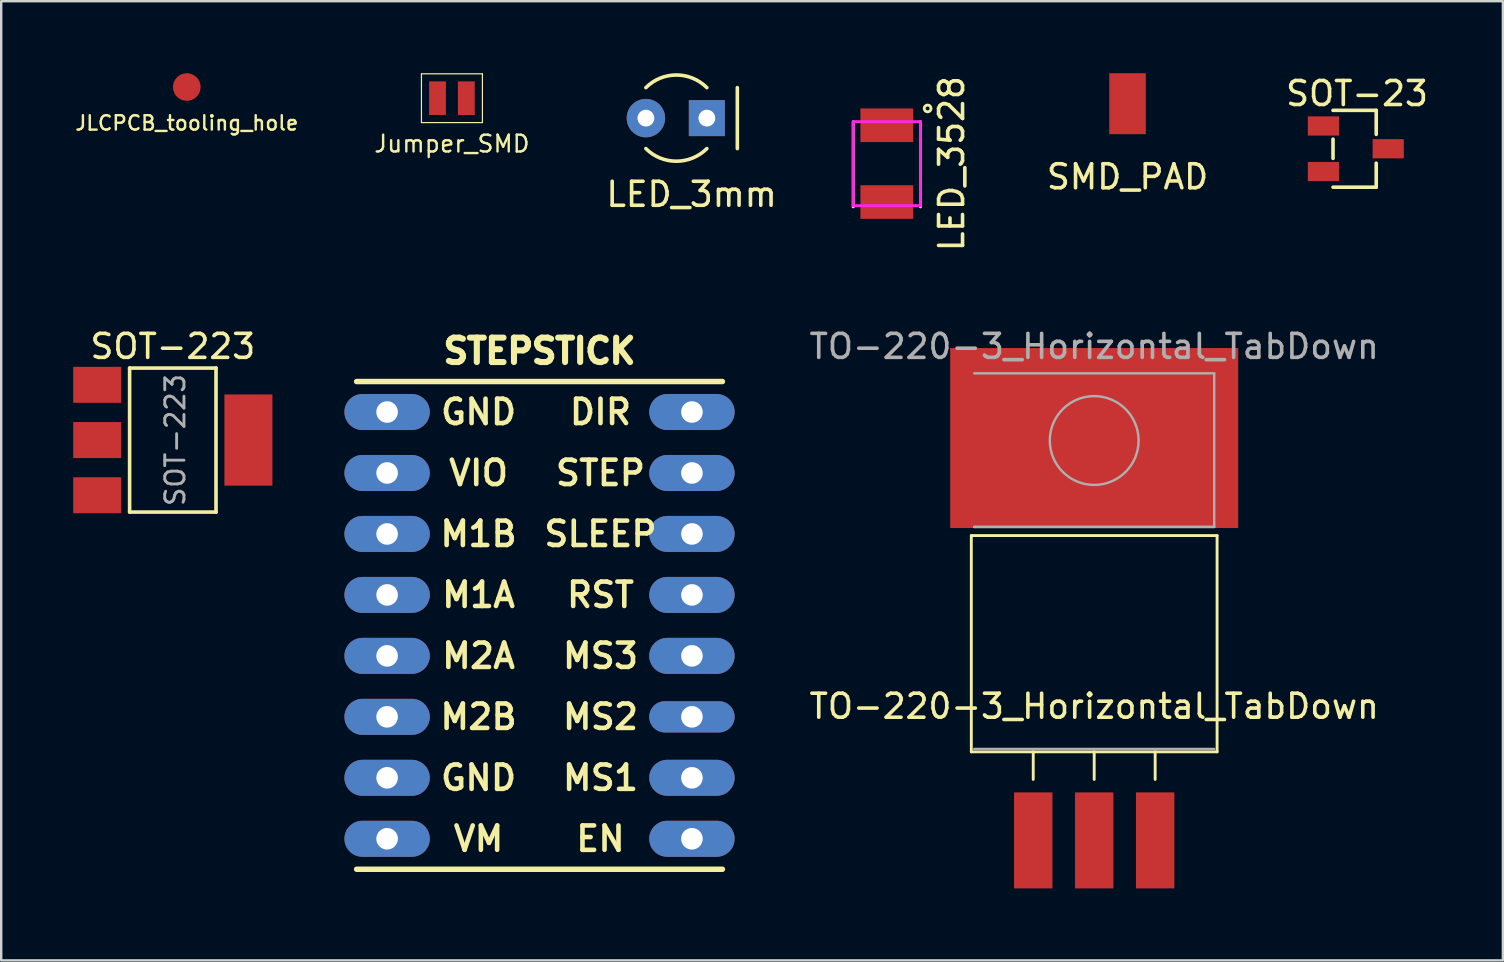
<source format=kicad_pcb>
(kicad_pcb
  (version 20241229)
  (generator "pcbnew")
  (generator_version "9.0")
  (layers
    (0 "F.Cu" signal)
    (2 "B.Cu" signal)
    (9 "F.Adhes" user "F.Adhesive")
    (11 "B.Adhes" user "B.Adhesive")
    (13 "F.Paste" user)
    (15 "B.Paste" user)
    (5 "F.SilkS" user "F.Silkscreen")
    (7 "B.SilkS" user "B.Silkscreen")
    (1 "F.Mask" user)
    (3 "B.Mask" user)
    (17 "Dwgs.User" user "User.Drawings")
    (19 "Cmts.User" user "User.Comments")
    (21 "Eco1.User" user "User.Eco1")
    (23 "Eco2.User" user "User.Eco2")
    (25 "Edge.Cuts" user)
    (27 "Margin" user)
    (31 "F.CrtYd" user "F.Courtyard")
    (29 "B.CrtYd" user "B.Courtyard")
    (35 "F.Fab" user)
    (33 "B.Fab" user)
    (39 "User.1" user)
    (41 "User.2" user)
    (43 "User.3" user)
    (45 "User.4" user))
  (footprint "SOT-223"
    (layer "F.Cu")
    (at 4.15 15.284)
    (property "Reference" "SOT-223" (at 0 -3.9 0) (layer "F.SilkS") (effects (font (size 1 1) (thickness 0.15))))
    (attr smd)
    (fp_line (start -1.8 -3) (end 1.8 -3) (stroke (width 0.15) (type solid)) (layer "F.SilkS"))
    (fp_line (start -1.8 3) (end -1.8 -3) (stroke (width 0.15) (type solid)) (layer "F.SilkS"))
    (fp_line (start 1.8 -3) (end 1.8 3) (stroke (width 0.15) (type solid)) (layer "F.SilkS"))
    (fp_line (start 1.8 3) (end -1.8 3) (stroke (width 0.15) (type solid)) (layer "F.SilkS"))
    (fp_text user "${REFERENCE}" (at 0.1 0 270) (layer "F.Fab") (effects (font (size 0.8 0.8) (thickness 0.12))))
    (pad "1" smd rect (at -3.15 -2.3) (size 2 1.5) (layers "F.Cu" "F.Mask" "F.Paste"))
    (pad "2" smd rect (at -3.15 0) (size 2 1.5) (layers "F.Cu" "F.Mask" "F.Paste"))
    (pad "3" smd rect (at -3.15 2.3) (size 2 1.5) (layers "F.Cu" "F.Mask" "F.Paste"))
    (pad "4" smd rect (at 3.15 0) (size 2 3.8) (layers "F.Cu" "F.Mask" "F.Paste")))
  (footprint "TO-220-3_Horizontal_TabDown"
    (layer "F.Cu")
    (at 39.998 31.964)
    (property "Reference" "TO-220-3_Horizontal_TabDown" (at 2.54 -5.588 0) (layer "F.SilkS") (effects (font (size 1 1) (thickness 0.15))))
    (attr through_hole)
    (fp_line (start -2.58 -12.7) (end -2.58 -3.69) (stroke (width 0.12) (type solid)) (layer "F.SilkS"))
    (fp_line (start -2.58 -12.7) (end 7.66 -12.7) (stroke (width 0.12) (type solid)) (layer "F.SilkS"))
    (fp_line (start -2.58 -3.69) (end 7.66 -3.69) (stroke (width 0.12) (type solid)) (layer "F.SilkS"))
    (fp_line (start 0 -3.69) (end 0 -2.54) (stroke (width 0.12) (type solid)) (layer "F.SilkS"))
    (fp_line (start 2.54 -3.69) (end 2.54 -2.54) (stroke (width 0.12) (type solid)) (layer "F.SilkS"))
    (fp_line (start 5.08 -3.69) (end 5.08 -2.54) (stroke (width 0.12) (type solid)) (layer "F.SilkS"))
    (fp_line (start 7.66 -12.7) (end 7.66 -3.69) (stroke (width 0.12) (type solid)) (layer "F.SilkS"))
    (fp_line (start -2.46 -19.46) (end 7.54 -19.46) (stroke (width 0.1) (type solid)) (layer "F.Fab"))
    (fp_line (start -2.46 -13.06) (end 7.54 -13.06) (stroke (width 0.1) (type solid)) (layer "F.Fab"))
    (fp_line (start 7.54 -19.46) (end 7.54 -13.06) (stroke (width 0.1) (type solid)) (layer "F.Fab"))
    (fp_line (start 7.54 -13.06) (end -2.46 -13.06) (stroke (width 0.1) (type solid)) (layer "F.Fab"))
    (fp_line (start 7.54 -3.81) (end -2.46 -3.81) (stroke (width 0.1) (type solid)) (layer "F.Fab"))
    (fp_circle (center 2.54 -16.66) (end 4.39 -16.66) (stroke (width 0.1) (type solid)) (fill no) (layer "F.Fab"))
    (fp_text user "${REFERENCE}" (at 2.54 -20.58 0) (layer "F.Fab") (effects (font (size 1 1) (thickness 0.15))))
    (pad "1" smd rect (at 0 0) (size 1.6 4) (layers "F.Cu" "F.Mask" "F.Paste"))
    (pad "2" smd rect (at 2.54 -16.764) (size 12 7.5) (layers "F.Cu" "F.Mask" "F.Paste"))
    (pad "2" smd rect (at 2.54 0) (size 1.6 4) (layers "F.Cu" "F.Mask" "F.Paste"))
    (pad "3" smd rect (at 5.08 0) (size 1.6 4) (layers "F.Cu" "F.Mask" "F.Paste")))
  (footprint "LED_3528"
    (layer "F.Cu")
    (at 33.898 3.768)
    (property "Reference" "LED_3528" (at 2.7 0 90) (unlocked yes) (layer "F.SilkS") (effects (font (size 1 1) (thickness 0.15))))
    (attr smd)
    (fp_line (start -1.4 -1.75) (end -1.4 1.8) (stroke (width 0.12) (type solid)) (layer "F.SilkS"))
    (fp_line (start 1.4 -1.75) (end 1.4 1.8) (stroke (width 0.12) (type solid)) (layer "F.SilkS"))
    (fp_circle (center 1.7 -2.3) (end 1.8 -2.2) (stroke (width 0.12) (type solid)) (fill no) (layer "F.SilkS"))
    (fp_rect (start -1.4 -1.75) (end 1.4 1.75) (stroke (width 0.12) (type solid)) (fill no) (layer "F.CrtYd"))
    (pad "1" smd rect (at 0 -1.6) (size 2.2 1.4) (layers "F.Cu" "F.Mask" "F.Paste"))
    (pad "2" smd rect (at 0 1.6) (size 2.2 1.4) (layers "F.Cu" "F.Mask" "F.Paste")))
  (footprint "STEPSTICK"
    (layer "F.Cu")
    (at 19.428 23.006)
    (property "Reference" "STEPSTICK" (at 0 -11.43 0) (layer "F.SilkS") (effects (font (size 1.016 1.016) (thickness 0.254))))
    (attr through_hole)
    (fp_line (start -7.62 10.16) (end 7.62 10.16) (stroke (width 0.229) (type solid)) (layer "F.SilkS"))
    (fp_line (start 7.62 -10.16) (end -7.62 -10.16) (stroke (width 0.229) (type solid)) (layer "F.SilkS"))
    (fp_text user "M1B" (at -2.54 -3.81 0) (layer "F.SilkS") (effects (font (size 1.016 1.016) (thickness 0.191))))
    (fp_text user "M2A" (at -2.54 1.27 0) (layer "F.SilkS") (effects (font (size 1.016 1.016) (thickness 0.191))))
    (fp_text user "STEP" (at 2.54 -6.35 0) (layer "F.SilkS") (effects (font (size 1.016 1.016) (thickness 0.191))))
    (fp_text user "GND" (at -2.54 -8.89 0) (layer "F.SilkS") (effects (font (size 1.016 1.016) (thickness 0.191))))
    (fp_text user "M2B" (at -2.54 3.81 0) (layer "F.SilkS") (effects (font (size 1.016 1.016) (thickness 0.191))))
    (fp_text user "SLEEP" (at 2.54 -3.81 0) (layer "F.SilkS") (effects (font (size 1.016 1.016) (thickness 0.191))))
    (fp_text user "DIR" (at 2.54 -8.89 0) (layer "F.SilkS") (effects (font (size 1.016 1.016) (thickness 0.191))))
    (fp_text user "M1A" (at -2.54 -1.27 0) (layer "F.SilkS") (effects (font (size 1.016 1.016) (thickness 0.191))))
    (fp_text user "GND" (at -2.54 6.35 0) (layer "F.SilkS") (effects (font (size 1.016 1.016) (thickness 0.191))))
    (fp_text user "RST" (at 2.54 -1.27 0) (layer "F.SilkS") (effects (font (size 1.016 1.016) (thickness 0.191))))
    (fp_text user "MS3" (at 2.54 1.27 0) (layer "F.SilkS") (effects (font (size 1.016 1.016) (thickness 0.191))))
    (fp_text user "MS2" (at 2.54 3.81 0) (layer "F.SilkS") (effects (font (size 1.016 1.016) (thickness 0.191))))
    (fp_text user "VIO" (at -2.54 -6.35 0) (layer "F.SilkS") (effects (font (size 1.016 1.016) (thickness 0.191))))
    (fp_text user "EN" (at 2.54 8.89 0) (layer "F.SilkS") (effects (font (size 1.016 1.016) (thickness 0.191))))
    (fp_text user "VM" (at -2.54 8.89 0) (layer "F.SilkS") (effects (font (size 1.016 1.016) (thickness 0.191))))
    (fp_text user "MS1" (at 2.54 6.35 0) (layer "F.SilkS") (effects (font (size 1.016 1.016) (thickness 0.191))))
    (pad "1" thru_hole oval (at 6.35 -8.89) (size 3.556 1.5) (drill 0.9) (layers "*.Cu" "*.Mask"))
    (pad "2" thru_hole oval (at 6.35 -6.35) (size 3.556 1.5) (drill 0.9) (layers "*.Cu" "*.Mask"))
    (pad "3" thru_hole oval (at 6.35 -3.81) (size 3.556 1.5) (drill 0.9) (layers "*.Cu" "*.Mask"))
    (pad "4" thru_hole oval (at 6.35 -1.27) (size 3.556 1.5) (drill 0.9) (layers "*.Cu" "*.Mask"))
    (pad "5" thru_hole oval (at 6.35 1.27) (size 3.556 1.5) (drill 0.9) (layers "*.Cu" "*.Mask"))
    (pad "6" thru_hole oval (at 6.35 3.81) (size 3.556 1.3) (drill 0.9) (layers "*.Cu" "*.Mask"))
    (pad "7" thru_hole oval (at 6.35 6.35) (size 3.556 1.5) (drill 0.9) (layers "*.Cu" "*.Mask"))
    (pad "8" thru_hole oval (at 6.35 8.89) (size 3.556 1.5) (drill 0.9) (layers "*.Cu" "*.Mask"))
    (pad "9" thru_hole oval (at -6.35 8.89) (size 3.556 1.5) (drill 0.9) (layers "*.Cu" "*.Mask"))
    (pad "10" thru_hole oval (at -6.35 6.35) (size 3.556 1.5) (drill 0.9) (layers "*.Cu" "*.Mask"))
    (pad "11" thru_hole oval (at -6.35 3.81) (size 3.556 1.5) (drill 0.9) (layers "*.Cu" "*.Mask"))
    (pad "12" thru_hole oval (at -6.35 1.27) (size 3.556 1.5) (drill 0.9) (layers "*.Cu" "*.Mask"))
    (pad "13" thru_hole oval (at -6.35 -1.27) (size 3.556 1.5) (drill 0.9) (layers "*.Cu" "*.Mask"))
    (pad "14" thru_hole oval (at -6.35 -3.81) (size 3.556 1.5) (drill 0.9) (layers "*.Cu" "*.Mask"))
    (pad "15" thru_hole oval (at -6.35 -6.35) (size 3.556 1.5) (drill 0.9) (layers "*.Cu" "*.Mask"))
    (pad "16" thru_hole oval (at -6.35 -8.89) (size 3.556 1.5) (drill 0.9) (layers "*.Cu" "*.Mask")))
  (footprint "Jumper_SMD"
    (layer "F.Cu")
    (at 15.779 1.041)
    (property "Reference" "Jumper_SMD" (at 0 1.9 0) (layer "F.SilkS") (effects (font (size 0.7 0.7) (thickness 0.1))))
    (attr through_hole)
    (fp_line (start -1.27 -1.016) (end 1.27 -1.016) (stroke (width 0.05) (type solid)) (layer "F.SilkS"))
    (fp_line (start -1.27 1.016) (end -1.27 -1.016) (stroke (width 0.05) (type solid)) (layer "F.SilkS"))
    (fp_line (start 1.27 -1.016) (end 1.27 1.016) (stroke (width 0.05) (type solid)) (layer "F.SilkS"))
    (fp_line (start 1.27 1.016) (end -1.27 1.016) (stroke (width 0.05) (type solid)) (layer "F.SilkS"))
    (pad "1" smd rect (at -0.6 0) (size 0.7 1.4) (layers "F.Cu" "F.Mask"))
    (pad "2" smd rect (at 0.6 0) (size 0.7 1.4) (layers "F.Cu" "F.Mask")))
  (footprint "JLCPCB_tooling_hole"
    (layer "F.Cu")
    (at 4.733 0.576)
    (property "Reference" "JLCPCB_tooling_hole" (at 0 1.5 0) (layer "F.SilkS") (effects (font (size 0.6 0.6) (thickness 0.1))))
    (attr through_hole)
    (pad "1" smd circle (at 0 0) (size 1.152 1.152) (layers "F.Cu" "F.Mask")))
  (footprint "SOT-23"
    (layer "F.Cu")
    (at 53.488 3.148)
    (property "Reference" "SOT-23" (at 0 -2.3 0) (layer "F.SilkS") (effects (font (size 1 1) (thickness 0.15))))
    (attr smd)
    (fp_line (start -1 0.4) (end -1 -0.4) (stroke (width 0.15) (type solid)) (layer "F.SilkS"))
    (fp_line (start 0.8 -1.6) (end -1 -1.6) (stroke (width 0.15) (type solid)) (layer "F.SilkS"))
    (fp_line (start 0.8 -1.6) (end 0.8 -0.6) (stroke (width 0.15) (type solid)) (layer "F.SilkS"))
    (fp_line (start 0.8 1.6) (end -1 1.6) (stroke (width 0.15) (type solid)) (layer "F.SilkS"))
    (fp_line (start 0.8 1.6) (end 0.8 0.6) (stroke (width 0.15) (type solid)) (layer "F.SilkS"))
    (pad "1" smd rect (at -1.4 -0.95) (size 1.3 0.8) (layers "F.Cu" "F.Mask" "F.Paste"))
    (pad "2" smd rect (at -1.4 0.95) (size 1.3 0.8) (layers "F.Cu" "F.Mask" "F.Paste"))
    (pad "3" smd rect (at 1.3 0) (size 1.3 0.8) (layers "F.Cu" "F.Mask" "F.Paste")))
  (footprint "LED_3mm"
    (layer "F.Cu")
    (at 25.13 1.871)
    (property "Reference" "LED_3mm" (at 0.635 3.175 0) (layer "F.SilkS") (effects (font (size 1 1) (thickness 0.15))))
    (attr through_hole)
    (fp_line (start 2.54 -1.27) (end 2.54 1.27) (stroke (width 0.15) (type solid)) (layer "F.SilkS"))
    (fp_arc (start -1.27 -1.27) (mid 0 -1.796051) (end 1.27 -1.27) (stroke (width 0.15) (type solid)) (layer "F.SilkS"))
    (fp_arc (start 1.27 1.27) (mid 0 1.796051) (end -1.27 1.27) (stroke (width 0.15) (type solid)) (layer "F.SilkS"))
    (pad "1" thru_hole rect (at 1.27 0) (size 1.5 1.5) (drill 0.7) (layers "*.Cu" "*.Mask"))
    (pad "2" thru_hole circle (at -1.27 0) (size 1.6 1.6) (drill 0.7) (layers "*.Cu" "*.Mask")))
  (footprint "SMD_PAD"
    (layer "F.Cu")
    (at 43.928 1.27)
    (property "Reference" "SMD_PAD" (at 0 3.048 0) (layer "F.SilkS") (effects (font (size 1 1) (thickness 0.15))))
    (attr through_hole)
    (pad "1" smd rect (at 0 0) (size 1.524 2.54) (layers "F.Cu" "F.Mask" "F.Paste")))
  (gr_rect
    (start -3 -3)
    (end 59.565 36.964)
    (stroke (width 0.1) (type default))
    (fill no)
    (layer "Edge.Cuts")))
</source>
